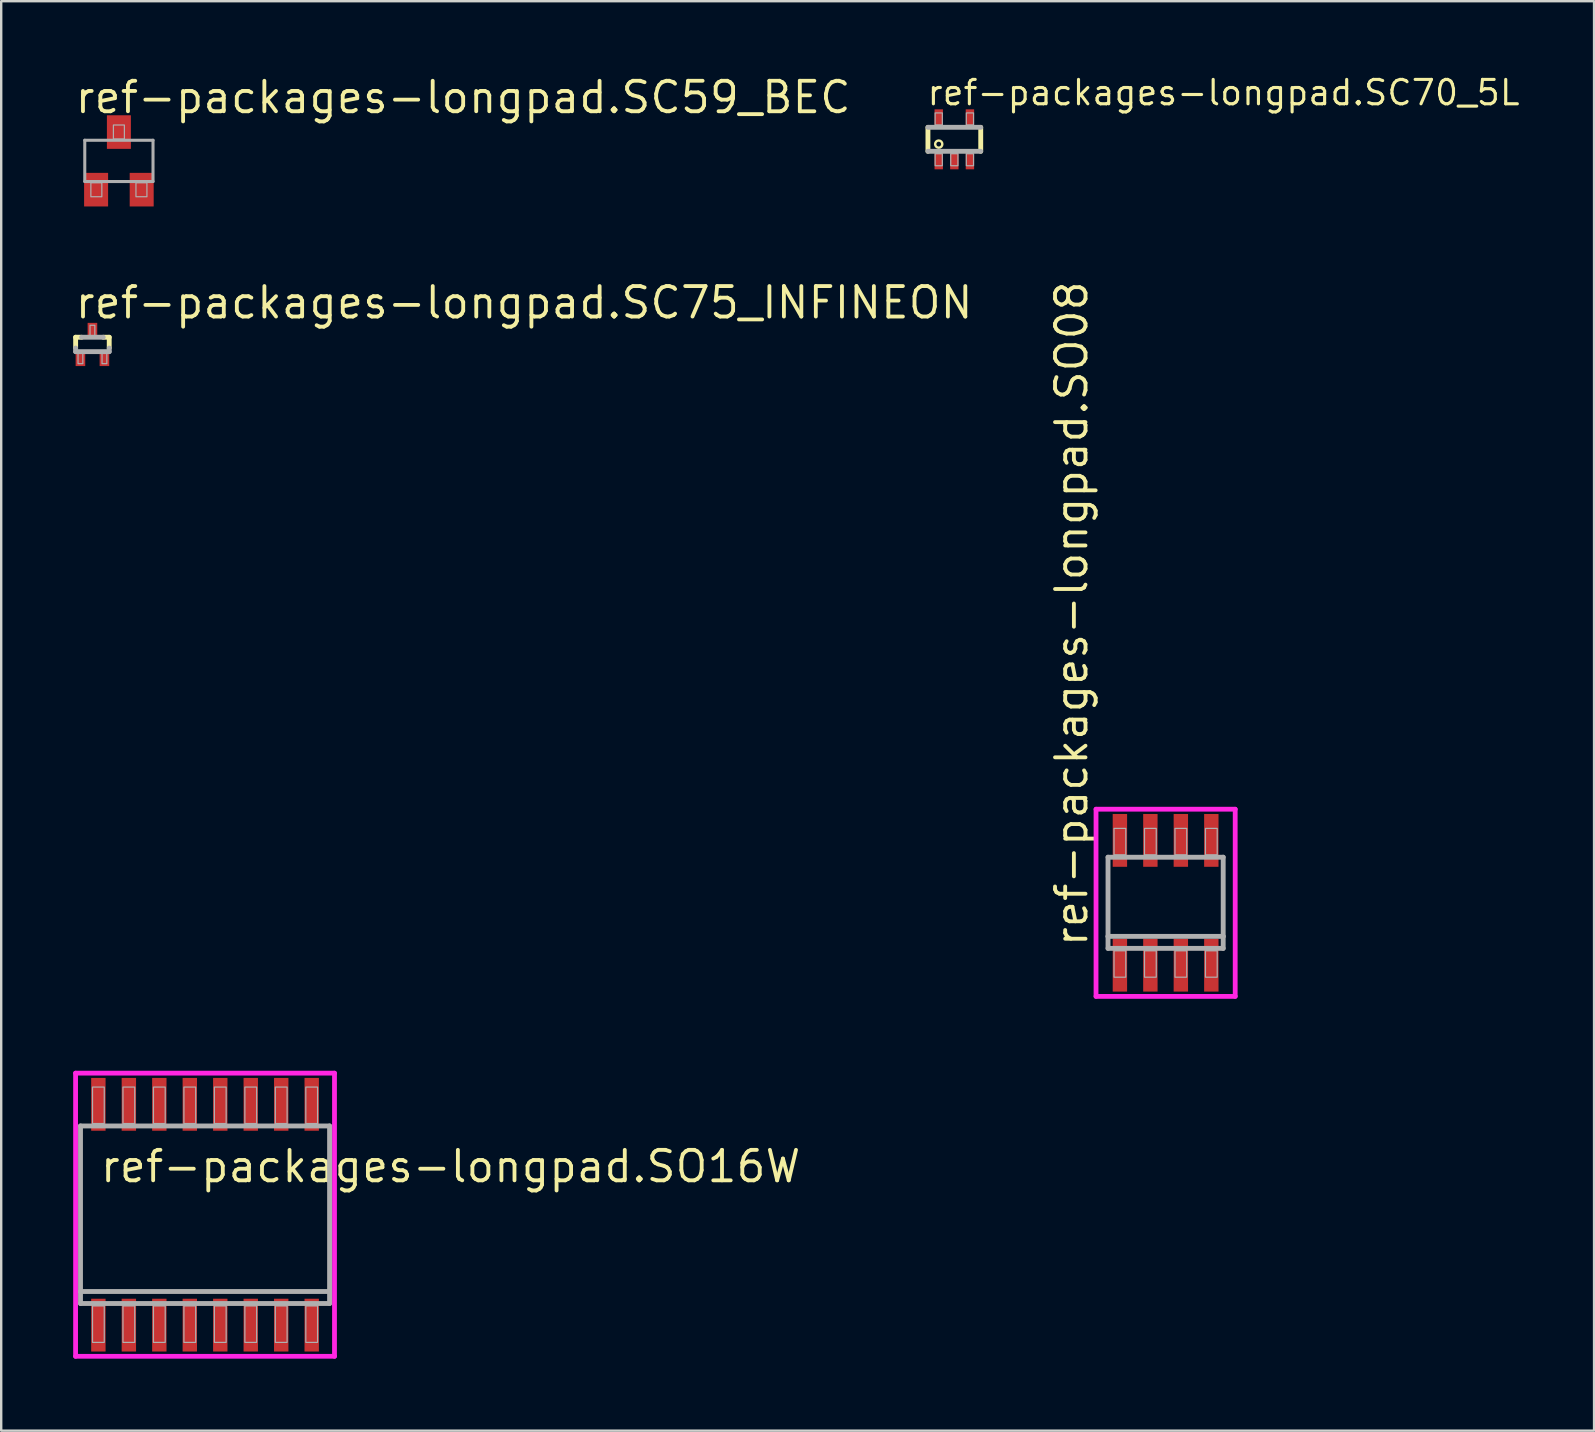
<source format=kicad_pcb>
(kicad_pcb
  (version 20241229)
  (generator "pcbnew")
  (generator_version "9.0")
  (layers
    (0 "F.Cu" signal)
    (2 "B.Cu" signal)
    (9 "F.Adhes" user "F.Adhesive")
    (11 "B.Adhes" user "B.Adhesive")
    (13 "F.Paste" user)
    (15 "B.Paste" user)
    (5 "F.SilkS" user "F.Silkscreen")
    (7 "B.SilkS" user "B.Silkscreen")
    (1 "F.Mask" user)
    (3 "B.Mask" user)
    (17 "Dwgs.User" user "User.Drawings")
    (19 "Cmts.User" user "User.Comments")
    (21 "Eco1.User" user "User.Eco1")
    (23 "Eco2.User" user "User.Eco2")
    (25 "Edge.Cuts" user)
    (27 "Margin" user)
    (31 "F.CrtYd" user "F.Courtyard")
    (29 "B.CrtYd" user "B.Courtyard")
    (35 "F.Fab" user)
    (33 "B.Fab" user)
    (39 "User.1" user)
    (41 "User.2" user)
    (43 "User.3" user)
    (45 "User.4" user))
  (footprint "ref-packages-longpad.SO16W"
    (layer "F.Cu")
    (at 5.495 47.574)
    (property "Reference" "ref-packages-longpad.SO16W" (at -4.445 -1.27 0) (layer "F.SilkS") (effects (font (size 1.27 1.27) (thickness 0.16)) (justify left bottom)))
    (attr smd)
    (fp_line (start -5.395 -5.9) (end 5.395 -5.9) (stroke (width 0.2) (type default)) (layer "F.CrtYd"))
    (fp_line (start -5.395 5.9) (end -5.395 -5.9) (stroke (width 0.2) (type default)) (layer "F.CrtYd"))
    (fp_line (start 5.395 -5.9) (end 5.395 5.9) (stroke (width 0.2) (type default)) (layer "F.CrtYd"))
    (fp_line (start 5.395 5.9) (end -5.395 5.9) (stroke (width 0.2) (type default)) (layer "F.CrtYd"))
    (fp_line (start -5.19 -3.7) (end 5.19 -3.7) (stroke (width 0.203) (type default)) (layer "F.Fab"))
    (fp_line (start -5.19 3.2) (end -5.19 -3.7) (stroke (width 0.203) (type default)) (layer "F.Fab"))
    (fp_line (start -5.19 3.7) (end -5.19 3.2) (stroke (width 0.203) (type default)) (layer "F.Fab"))
    (fp_line (start 5.19 -3.7) (end 5.19 3.2) (stroke (width 0.203) (type default)) (layer "F.Fab"))
    (fp_line (start 5.19 3.2) (end -5.19 3.2) (stroke (width 0.203) (type default)) (layer "F.Fab"))
    (fp_line (start 5.19 3.2) (end 5.19 3.7) (stroke (width 0.203) (type default)) (layer "F.Fab"))
    (fp_line (start 5.19 3.7) (end -5.19 3.7) (stroke (width 0.203) (type default)) (layer "F.Fab"))
    (fp_rect (start -4.69 -3.8) (end -4.2 -5.32) (stroke (width 0.05) (type default)) (fill no) (layer "F.Fab"))
    (fp_rect (start -4.69 5.32) (end -4.2 3.8) (stroke (width 0.05) (type default)) (fill no) (layer "F.Fab"))
    (fp_rect (start -3.42 -3.8) (end -2.93 -5.32) (stroke (width 0.05) (type default)) (fill no) (layer "F.Fab"))
    (fp_rect (start -3.42 5.32) (end -2.93 3.8) (stroke (width 0.05) (type default)) (fill no) (layer "F.Fab"))
    (fp_rect (start -2.15 -3.8) (end -1.66 -5.32) (stroke (width 0.05) (type default)) (fill no) (layer "F.Fab"))
    (fp_rect (start -2.15 5.32) (end -1.66 3.8) (stroke (width 0.05) (type default)) (fill no) (layer "F.Fab"))
    (fp_rect (start -0.88 -3.8) (end -0.39 -5.32) (stroke (width 0.05) (type default)) (fill no) (layer "F.Fab"))
    (fp_rect (start -0.88 5.32) (end -0.39 3.8) (stroke (width 0.05) (type default)) (fill no) (layer "F.Fab"))
    (fp_rect (start 0.39 -3.8) (end 0.88 -5.32) (stroke (width 0.05) (type default)) (fill no) (layer "F.Fab"))
    (fp_rect (start 0.39 5.32) (end 0.88 3.8) (stroke (width 0.05) (type default)) (fill no) (layer "F.Fab"))
    (fp_rect (start 1.66 -3.8) (end 2.15 -5.32) (stroke (width 0.05) (type default)) (fill no) (layer "F.Fab"))
    (fp_rect (start 1.66 5.32) (end 2.15 3.8) (stroke (width 0.05) (type default)) (fill no) (layer "F.Fab"))
    (fp_rect (start 2.93 -3.8) (end 3.42 -5.32) (stroke (width 0.05) (type default)) (fill no) (layer "F.Fab"))
    (fp_rect (start 2.93 5.32) (end 3.42 3.8) (stroke (width 0.05) (type default)) (fill no) (layer "F.Fab"))
    (fp_rect (start 4.2 -3.8) (end 4.69 -5.32) (stroke (width 0.05) (type default)) (fill no) (layer "F.Fab"))
    (fp_rect (start 4.2 5.32) (end 4.69 3.8) (stroke (width 0.05) (type default)) (fill no) (layer "F.Fab"))
    (pad "1" smd roundrect (at -4.445 4.6) (size 0.6 2.2) (layers "F.Cu" "F.Mask" "F.Paste") (roundrect_rratio 0.01))
    (pad "2" smd roundrect (at -3.175 4.6) (size 0.6 2.2) (layers "F.Cu" "F.Mask" "F.Paste") (roundrect_rratio 0.01))
    (pad "3" smd roundrect (at -1.905 4.6) (size 0.6 2.2) (layers "F.Cu" "F.Mask" "F.Paste") (roundrect_rratio 0.01))
    (pad "4" smd roundrect (at -0.635 4.6) (size 0.6 2.2) (layers "F.Cu" "F.Mask" "F.Paste") (roundrect_rratio 0.01))
    (pad "5" smd roundrect (at 0.635 4.6) (size 0.6 2.2) (layers "F.Cu" "F.Mask" "F.Paste") (roundrect_rratio 0.01))
    (pad "6" smd roundrect (at 1.905 4.6) (size 0.6 2.2) (layers "F.Cu" "F.Mask" "F.Paste") (roundrect_rratio 0.01))
    (pad "7" smd roundrect (at 3.175 4.6) (size 0.6 2.2) (layers "F.Cu" "F.Mask" "F.Paste") (roundrect_rratio 0.01))
    (pad "8" smd roundrect (at 4.445 4.6) (size 0.6 2.2) (layers "F.Cu" "F.Mask" "F.Paste") (roundrect_rratio 0.01))
    (pad "9" smd roundrect (at 4.445 -4.6) (size 0.6 2.2) (layers "F.Cu" "F.Mask" "F.Paste") (roundrect_rratio 0.01))
    (pad "10" smd roundrect (at 3.175 -4.6) (size 0.6 2.2) (layers "F.Cu" "F.Mask" "F.Paste") (roundrect_rratio 0.01))
    (pad "11" smd roundrect (at 1.905 -4.6) (size 0.6 2.2) (layers "F.Cu" "F.Mask" "F.Paste") (roundrect_rratio 0.01))
    (pad "12" smd roundrect (at 0.635 -4.6) (size 0.6 2.2) (layers "F.Cu" "F.Mask" "F.Paste") (roundrect_rratio 0.01))
    (pad "13" smd roundrect (at -0.635 -4.6) (size 0.6 2.2) (layers "F.Cu" "F.Mask" "F.Paste") (roundrect_rratio 0.01))
    (pad "14" smd roundrect (at -1.905 -4.6) (size 0.6 2.2) (layers "F.Cu" "F.Mask" "F.Paste") (roundrect_rratio 0.01))
    (pad "15" smd roundrect (at -3.175 -4.6) (size 0.6 2.2) (layers "F.Cu" "F.Mask" "F.Paste") (roundrect_rratio 0.01))
    (pad "16" smd roundrect (at -4.445 -4.6) (size 0.6 2.2) (layers "F.Cu" "F.Mask" "F.Paste") (roundrect_rratio 0.01)))
  (footprint "ref-packages-longpad.SO08"
    (layer "F.Cu")
    (at 45.527 34.574)
    (property "Reference" "ref-packages-longpad.SO08" (at -3.175 1.905 90) (layer "F.SilkS") (effects (font (size 1.27 1.27) (thickness 0.16)) (justify left bottom)))
    (attr smd)
    (fp_line (start -2.9 -3.9) (end 2.9 -3.9) (stroke (width 0.2) (type default)) (layer "F.CrtYd"))
    (fp_line (start -2.9 3.9) (end -2.9 -3.9) (stroke (width 0.2) (type default)) (layer "F.CrtYd"))
    (fp_line (start 2.9 -3.9) (end 2.9 3.9) (stroke (width 0.2) (type default)) (layer "F.CrtYd"))
    (fp_line (start 2.9 3.9) (end -2.9 3.9) (stroke (width 0.2) (type default)) (layer "F.CrtYd"))
    (fp_line (start -2.4 -1.9) (end 2.4 -1.9) (stroke (width 0.203) (type default)) (layer "F.Fab"))
    (fp_line (start -2.4 1.4) (end -2.4 -1.9) (stroke (width 0.203) (type default)) (layer "F.Fab"))
    (fp_line (start -2.4 1.9) (end -2.4 1.4) (stroke (width 0.203) (type default)) (layer "F.Fab"))
    (fp_line (start 2.4 -1.9) (end 2.4 1.4) (stroke (width 0.203) (type default)) (layer "F.Fab"))
    (fp_line (start 2.4 1.4) (end -2.4 1.4) (stroke (width 0.203) (type default)) (layer "F.Fab"))
    (fp_line (start 2.4 1.4) (end 2.4 1.9) (stroke (width 0.203) (type default)) (layer "F.Fab"))
    (fp_line (start 2.4 1.9) (end -2.4 1.9) (stroke (width 0.203) (type default)) (layer "F.Fab"))
    (fp_rect (start -2.15 -2) (end -1.66 -3.1) (stroke (width 0.05) (type default)) (fill no) (layer "F.Fab"))
    (fp_rect (start -2.15 3.1) (end -1.66 2) (stroke (width 0.05) (type default)) (fill no) (layer "F.Fab"))
    (fp_rect (start -0.88 -2) (end -0.39 -3.1) (stroke (width 0.05) (type default)) (fill no) (layer "F.Fab"))
    (fp_rect (start -0.88 3.1) (end -0.39 2) (stroke (width 0.05) (type default)) (fill no) (layer "F.Fab"))
    (fp_rect (start 0.39 -2) (end 0.88 -3.1) (stroke (width 0.05) (type default)) (fill no) (layer "F.Fab"))
    (fp_rect (start 0.39 3.1) (end 0.88 2) (stroke (width 0.05) (type default)) (fill no) (layer "F.Fab"))
    (fp_rect (start 1.66 -2) (end 2.15 -3.1) (stroke (width 0.05) (type default)) (fill no) (layer "F.Fab"))
    (fp_rect (start 1.66 3.1) (end 2.15 2) (stroke (width 0.05) (type default)) (fill no) (layer "F.Fab"))
    (pad "1" smd roundrect (at -1.905 2.6) (size 0.6 2.2) (layers "F.Cu" "F.Mask" "F.Paste") (roundrect_rratio 0.01))
    (pad "2" smd roundrect (at -0.635 2.6) (size 0.6 2.2) (layers "F.Cu" "F.Mask" "F.Paste") (roundrect_rratio 0.01))
    (pad "3" smd roundrect (at 0.635 2.6) (size 0.6 2.2) (layers "F.Cu" "F.Mask" "F.Paste") (roundrect_rratio 0.01))
    (pad "4" smd roundrect (at 1.905 2.6) (size 0.6 2.2) (layers "F.Cu" "F.Mask" "F.Paste") (roundrect_rratio 0.01))
    (pad "5" smd roundrect (at 1.905 -2.6) (size 0.6 2.2) (layers "F.Cu" "F.Mask" "F.Paste") (roundrect_rratio 0.01))
    (pad "6" smd roundrect (at 0.635 -2.6) (size 0.6 2.2) (layers "F.Cu" "F.Mask" "F.Paste") (roundrect_rratio 0.01))
    (pad "7" smd roundrect (at -0.635 -2.6) (size 0.6 2.2) (layers "F.Cu" "F.Mask" "F.Paste") (roundrect_rratio 0.01))
    (pad "8" smd roundrect (at -1.905 -2.6) (size 0.6 2.2) (layers "F.Cu" "F.Mask" "F.Paste") (roundrect_rratio 0.01)))
  (footprint "ref-packages-longpad.SC70_5L"
    (layer "F.Cu")
    (at 36.722 2.756)
    (property "Reference" "ref-packages-longpad.SC70_5L" (at -1.2 -1.35 0) (layer "F.SilkS") (effects (font (size 1.016 1.016) (thickness 0.13)) (justify left bottom)))
    (attr smd)
    (fp_line (start -1.1 0.5) (end -1.1 -0.5) (stroke (width 0.203) (type default)) (layer "F.SilkS"))
    (fp_line (start 1.1 -0.5) (end 1.1 0.5) (stroke (width 0.203) (type default)) (layer "F.SilkS"))
    (fp_circle (center -0.65 0.2) (end -0.5 0.2) (stroke (width 0.1) (type default)) (fill no) (layer "F.SilkS"))
    (fp_line (start -1.1 -0.5) (end 1.1 -0.5) (stroke (width 0.203) (type default)) (layer "F.Fab"))
    (fp_line (start 1.1 0.5) (end -1.1 0.5) (stroke (width 0.203) (type default)) (layer "F.Fab"))
    (fp_rect (start -0.8 -0.6) (end -0.5 -1.1) (stroke (width 0.05) (type default)) (fill no) (layer "F.Fab"))
    (fp_rect (start -0.8 1.1) (end -0.5 0.6) (stroke (width 0.05) (type default)) (fill no) (layer "F.Fab"))
    (fp_rect (start -0.15 1.1) (end 0.15 0.6) (stroke (width 0.05) (type default)) (fill no) (layer "F.Fab"))
    (fp_rect (start 0.5 -0.6) (end 0.8 -1.1) (stroke (width 0.05) (type default)) (fill no) (layer "F.Fab"))
    (fp_rect (start 0.5 1.1) (end 0.8 0.6) (stroke (width 0.05) (type default)) (fill no) (layer "F.Fab"))
    (pad "1" smd roundrect (at -0.65 0.85) (size 0.35 0.8) (layers "F.Cu" "F.Mask" "F.Paste") (roundrect_rratio 0.01))
    (pad "2" smd roundrect (at 0 0.85) (size 0.35 0.8) (layers "F.Cu" "F.Mask" "F.Paste") (roundrect_rratio 0.01))
    (pad "3" smd roundrect (at 0.65 0.85) (size 0.35 0.8) (layers "F.Cu" "F.Mask" "F.Paste") (roundrect_rratio 0.01))
    (pad "4" smd roundrect (at 0.65 -0.85) (size 0.35 0.8) (layers "F.Cu" "F.Mask" "F.Paste") (roundrect_rratio 0.01))
    (pad "5" smd roundrect (at -0.65 -0.85) (size 0.35 0.8) (layers "F.Cu" "F.Mask" "F.Paste") (roundrect_rratio 0.01)))
  (footprint "ref-packages-longpad.SC59_BEC"
    (layer "F.Cu")
    (at 1.905 3.655)
    (property "Reference" "ref-packages-longpad.SC59_BEC" (at -1.905 -1.905 0) (layer "F.SilkS") (effects (font (size 1.27 1.27) (thickness 0.16)) (justify left bottom)))
    (attr smd)
    (fp_line (start -1.422 -0.86) (end 1.422 -0.86) (stroke (width 0.127) (type default)) (layer "F.Fab"))
    (fp_line (start -1.422 0.86) (end -1.422 -0.86) (stroke (width 0.127) (type default)) (layer "F.Fab"))
    (fp_line (start 1.422 -0.86) (end 1.422 0.86) (stroke (width 0.127) (type default)) (layer "F.Fab"))
    (fp_line (start 1.422 0.86) (end -1.422 0.86) (stroke (width 0.127) (type default)) (layer "F.Fab"))
    (fp_rect (start -1.168 1.495) (end -0.711 0.911) (stroke (width 0.05) (type default)) (fill no) (layer "F.Fab"))
    (fp_rect (start -0.229 -0.911) (end 0.229 -1.495) (stroke (width 0.05) (type default)) (fill no) (layer "F.Fab"))
    (fp_rect (start 0.711 1.495) (end 1.168 0.911) (stroke (width 0.05) (type default)) (fill no) (layer "F.Fab"))
    (pad "B" smd roundrect (at -0.95 1.2) (size 1 1.4) (layers "F.Cu" "F.Mask" "F.Paste") (roundrect_rratio 0.01))
    (pad "C" smd roundrect (at 0 -1.2) (size 1 1.4) (layers "F.Cu" "F.Mask" "F.Paste") (roundrect_rratio 0.01))
    (pad "E" smd roundrect (at 0.95 1.2) (size 1 1.4) (layers "F.Cu" "F.Mask" "F.Paste") (roundrect_rratio 0.01)))
  (footprint "ref-packages-longpad.SC75_INFINEON"
    (layer "F.Cu")
    (at 0.802 11.305)
    (property "Reference" "ref-packages-longpad.SC75_INFINEON" (at -0.8 -1 0) (layer "F.SilkS") (effects (font (size 1.27 1.27) (thickness 0.16)) (justify left bottom)))
    (attr smd)
    (fp_line (start -0.7 -0.3) (end -0.45 -0.3) (stroke (width 0.203) (type default)) (layer "F.SilkS"))
    (fp_line (start -0.7 0.15) (end -0.7 -0.3) (stroke (width 0.203) (type default)) (layer "F.SilkS"))
    (fp_line (start 0.45 -0.3) (end 0.7 -0.3) (stroke (width 0.203) (type default)) (layer "F.SilkS"))
    (fp_line (start 0.7 -0.3) (end 0.7 0.15) (stroke (width 0.203) (type default)) (layer "F.SilkS"))
    (fp_line (start -0.7 0.3) (end -0.7 0.15) (stroke (width 0.203) (type default)) (layer "F.Fab"))
    (fp_line (start -0.45 -0.3) (end 0.45 -0.3) (stroke (width 0.203) (type default)) (layer "F.Fab"))
    (fp_line (start 0.7 0.15) (end 0.7 0.3) (stroke (width 0.203) (type default)) (layer "F.Fab"))
    (fp_line (start 0.7 0.3) (end -0.7 0.3) (stroke (width 0.203) (type default)) (layer "F.Fab"))
    (fp_rect (start -0.6 0.8) (end -0.4 0.35) (stroke (width 0.05) (type default)) (fill no) (layer "F.Fab"))
    (fp_rect (start -0.1 -0.35) (end 0.1 -0.8) (stroke (width 0.05) (type default)) (fill no) (layer "F.Fab"))
    (fp_rect (start 0.4 0.8) (end 0.6 0.35) (stroke (width 0.05) (type default)) (fill no) (layer "F.Fab"))
    (pad "1" smd roundrect (at -0.5 0.575) (size 0.4 0.65) (layers "F.Cu" "F.Mask" "F.Paste") (roundrect_rratio 0.01))
    (pad "2" smd roundrect (at 0 -0.575) (size 0.4 0.65) (layers "F.Cu" "F.Mask" "F.Paste") (roundrect_rratio 0.01))
    (pad "3" smd roundrect (at 0.5 0.575) (size 0.4 0.65) (layers "F.Cu" "F.Mask" "F.Paste") (roundrect_rratio 0.01)))
  (gr_rect
    (start -3 -3)
    (end 63.383 56.574)
    (stroke (width 0.1) (type default))
    (fill no)
    (layer "Edge.Cuts")))
</source>
